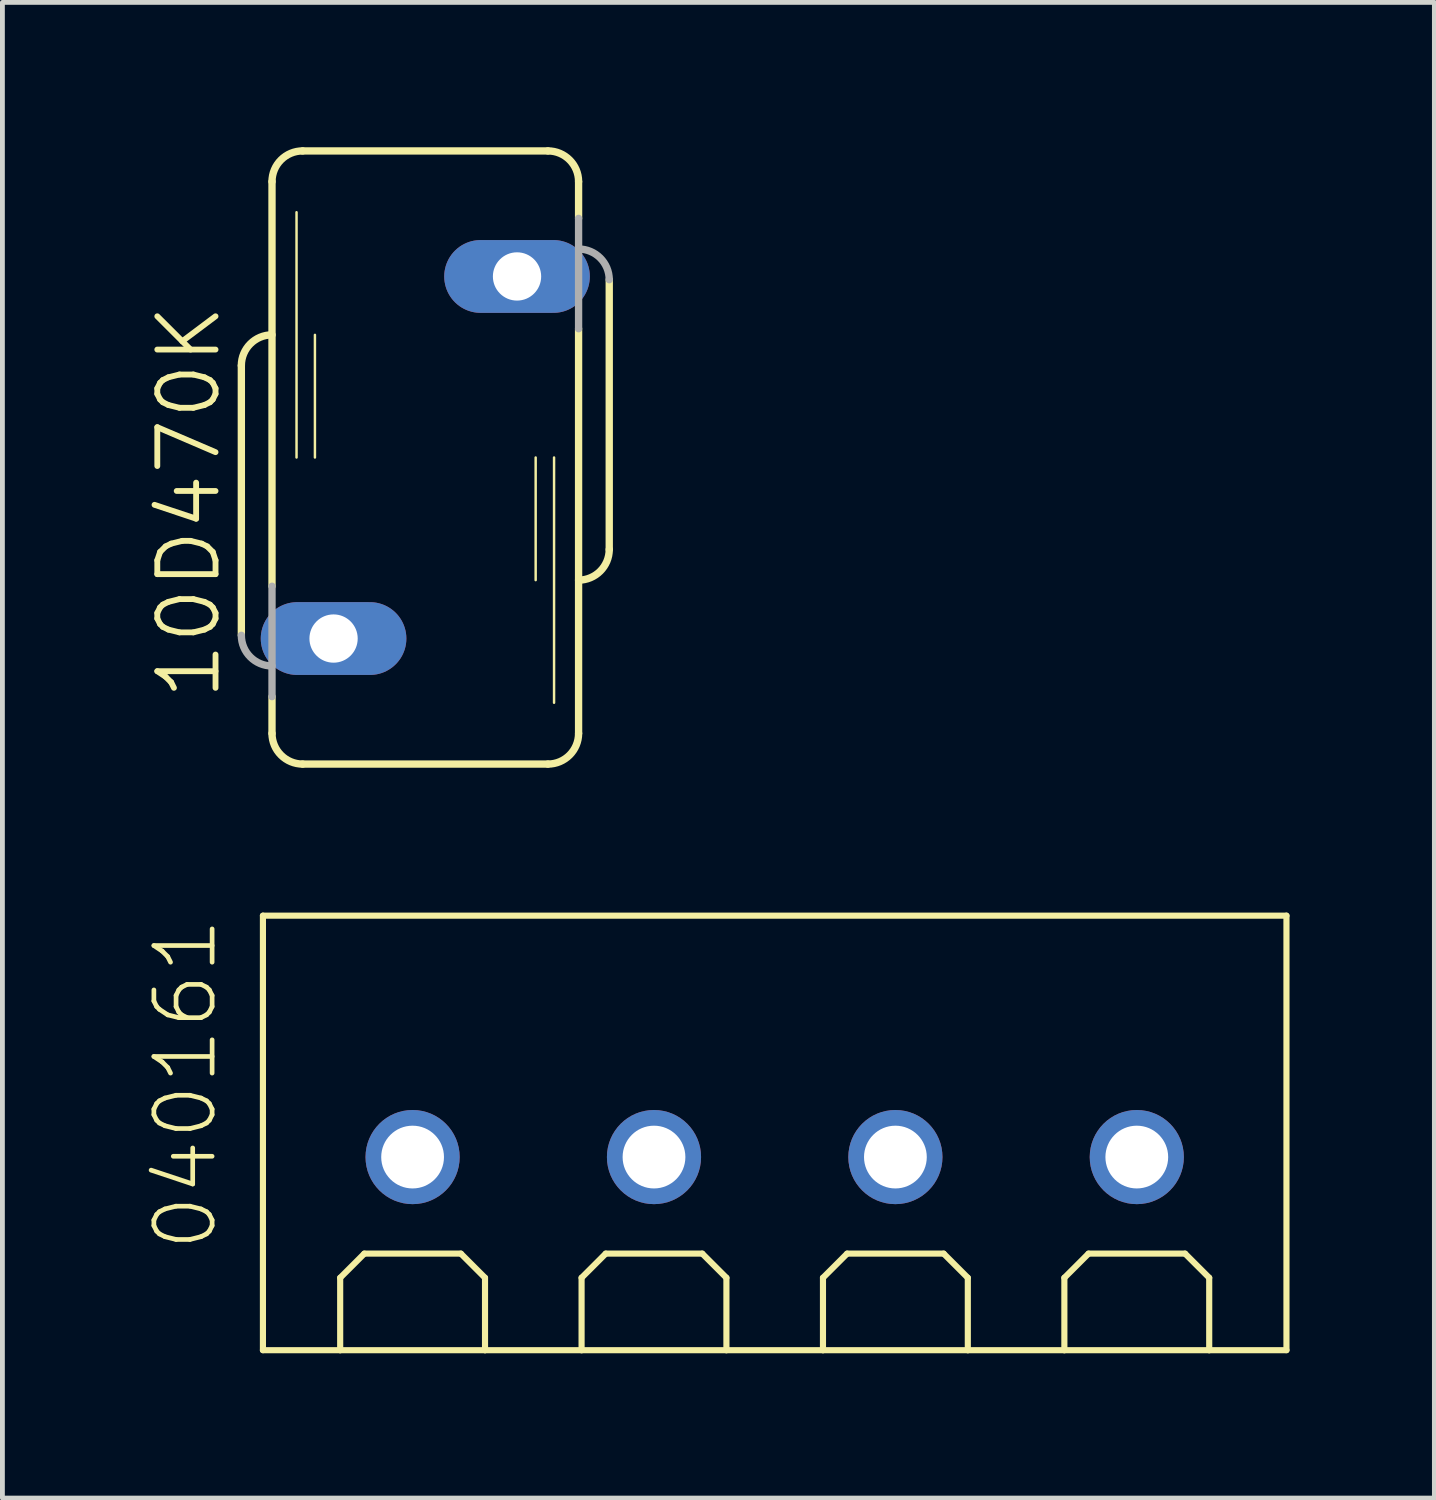
<source format=kicad_pcb>
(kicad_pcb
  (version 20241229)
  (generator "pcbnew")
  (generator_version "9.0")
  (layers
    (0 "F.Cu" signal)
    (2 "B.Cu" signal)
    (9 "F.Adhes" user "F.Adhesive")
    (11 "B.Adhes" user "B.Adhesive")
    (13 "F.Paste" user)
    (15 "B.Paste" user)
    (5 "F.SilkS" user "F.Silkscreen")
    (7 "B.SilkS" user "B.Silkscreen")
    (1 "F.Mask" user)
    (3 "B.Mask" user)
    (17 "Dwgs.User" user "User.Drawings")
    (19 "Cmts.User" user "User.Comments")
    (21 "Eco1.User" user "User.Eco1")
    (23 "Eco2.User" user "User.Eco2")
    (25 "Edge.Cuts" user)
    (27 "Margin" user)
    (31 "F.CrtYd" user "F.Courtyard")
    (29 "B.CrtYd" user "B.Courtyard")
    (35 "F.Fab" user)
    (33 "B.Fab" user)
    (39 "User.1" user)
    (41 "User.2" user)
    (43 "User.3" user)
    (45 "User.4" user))
  (footprint "040161"
    (layer "F.Cu")
    (at 12.996 20.916)
    (property "Reference" "040161" (at -11.5 2 90) (layer "F.SilkS") (effects (font (size 1.206 1.206) (thickness 0.097)) (justify left bottom)))
    (attr through_hole)
    (fp_line (start -10.6 -5) (end -10.6 4) (stroke (width 0.127) (type solid)) (layer "F.SilkS"))
    (fp_line (start -10.6 4) (end -9 4) (stroke (width 0.127) (type solid)) (layer "F.SilkS"))
    (fp_line (start -9 2.5) (end -8.5 2) (stroke (width 0.127) (type solid)) (layer "F.SilkS"))
    (fp_line (start -9 4) (end -9 2.5) (stroke (width 0.127) (type solid)) (layer "F.SilkS"))
    (fp_line (start -9 4) (end -6 4) (stroke (width 0.127) (type solid)) (layer "F.SilkS"))
    (fp_line (start -8.5 2) (end -6.5 2) (stroke (width 0.127) (type solid)) (layer "F.SilkS"))
    (fp_line (start -6.5 2) (end -6 2.5) (stroke (width 0.127) (type solid)) (layer "F.SilkS"))
    (fp_line (start -6 2.5) (end -6 4) (stroke (width 0.127) (type solid)) (layer "F.SilkS"))
    (fp_line (start -6 4) (end -4 4) (stroke (width 0.127) (type solid)) (layer "F.SilkS"))
    (fp_line (start -4 2.5) (end -3.5 2) (stroke (width 0.127) (type solid)) (layer "F.SilkS"))
    (fp_line (start -4 4) (end -4 2.5) (stroke (width 0.127) (type solid)) (layer "F.SilkS"))
    (fp_line (start -4 4) (end -1 4) (stroke (width 0.127) (type solid)) (layer "F.SilkS"))
    (fp_line (start -3.5 2) (end -1.5 2) (stroke (width 0.127) (type solid)) (layer "F.SilkS"))
    (fp_line (start -1.5 2) (end -1 2.5) (stroke (width 0.127) (type solid)) (layer "F.SilkS"))
    (fp_line (start -1 2.5) (end -1 4) (stroke (width 0.127) (type solid)) (layer "F.SilkS"))
    (fp_line (start -1 4) (end 1 4) (stroke (width 0.127) (type solid)) (layer "F.SilkS"))
    (fp_line (start 1 2.5) (end 1.5 2) (stroke (width 0.127) (type solid)) (layer "F.SilkS"))
    (fp_line (start 1 4) (end 1 2.5) (stroke (width 0.127) (type solid)) (layer "F.SilkS"))
    (fp_line (start 1 4) (end 4 4) (stroke (width 0.127) (type solid)) (layer "F.SilkS"))
    (fp_line (start 1.5 2) (end 3.5 2) (stroke (width 0.127) (type solid)) (layer "F.SilkS"))
    (fp_line (start 3.5 2) (end 4 2.5) (stroke (width 0.127) (type solid)) (layer "F.SilkS"))
    (fp_line (start 4 2.5) (end 4 4) (stroke (width 0.127) (type solid)) (layer "F.SilkS"))
    (fp_line (start 4 4) (end 6 4) (stroke (width 0.127) (type solid)) (layer "F.SilkS"))
    (fp_line (start 6 2.5) (end 6.5 2) (stroke (width 0.127) (type solid)) (layer "F.SilkS"))
    (fp_line (start 6 4) (end 6 2.5) (stroke (width 0.127) (type solid)) (layer "F.SilkS"))
    (fp_line (start 6 4) (end 9 4) (stroke (width 0.127) (type solid)) (layer "F.SilkS"))
    (fp_line (start 6.5 2) (end 8.5 2) (stroke (width 0.127) (type solid)) (layer "F.SilkS"))
    (fp_line (start 8.5 2) (end 9 2.5) (stroke (width 0.127) (type solid)) (layer "F.SilkS"))
    (fp_line (start 9 2.5) (end 9 4) (stroke (width 0.127) (type solid)) (layer "F.SilkS"))
    (fp_line (start 9 4) (end 10.6 4) (stroke (width 0.127) (type solid)) (layer "F.SilkS"))
    (fp_line (start 10.6 -5) (end -10.6 -5) (stroke (width 0.127) (type solid)) (layer "F.SilkS"))
    (fp_line (start 10.6 4) (end 10.6 -5) (stroke (width 0.127) (type solid)) (layer "F.SilkS"))
    (pad "1" thru_hole circle (at -7.5 0) (size 1.95 1.95) (drill 1.3) (layers "*.Cu" "*.Mask"))
    (pad "2" thru_hole circle (at -2.5 0) (size 1.95 1.95) (drill 1.3) (layers "*.Cu" "*.Mask"))
    (pad "3" thru_hole circle (at 2.5 0) (size 1.95 1.95) (drill 1.3) (layers "*.Cu" "*.Mask"))
    (pad "4" thru_hole circle (at 7.5 0) (size 1.95 1.95) (drill 1.3) (layers "*.Cu" "*.Mask")))
  (footprint "10D470K"
    (layer "F.Cu")
    (at 5.759 6.426)
    (property "Reference" "10D470K" (at -4.191 5.08 90) (layer "F.SilkS") (effects (font (size 1.206 1.206) (thickness 0.121)) (justify left bottom)))
    (attr through_hole)
    (fp_line (start -3.81 -1.905) (end -3.81 3.683) (stroke (width 0.152) (type solid)) (layer "F.SilkS"))
    (fp_line (start -3.175 2.667) (end -3.175 -5.715) (stroke (width 0.152) (type solid)) (layer "F.SilkS"))
    (fp_line (start -3.175 5.715) (end -3.175 4.953) (stroke (width 0.152) (type solid)) (layer "F.SilkS"))
    (fp_line (start -2.667 0) (end -2.667 -5.08) (stroke (width 0.051) (type solid)) (layer "F.SilkS"))
    (fp_line (start -2.54 -6.35) (end 2.54 -6.35) (stroke (width 0.152) (type solid)) (layer "F.SilkS"))
    (fp_line (start -2.54 6.35) (end 2.54 6.35) (stroke (width 0.152) (type solid)) (layer "F.SilkS"))
    (fp_line (start -2.286 0) (end -2.286 -2.54) (stroke (width 0.051) (type solid)) (layer "F.SilkS"))
    (fp_line (start 2.286 2.54) (end 2.286 0) (stroke (width 0.051) (type solid)) (layer "F.SilkS"))
    (fp_line (start 2.667 5.08) (end 2.667 0) (stroke (width 0.051) (type solid)) (layer "F.SilkS"))
    (fp_line (start 3.175 -4.953) (end 3.175 -5.715) (stroke (width 0.152) (type solid)) (layer "F.SilkS"))
    (fp_line (start 3.175 5.715) (end 3.175 -2.667) (stroke (width 0.152) (type solid)) (layer "F.SilkS"))
    (fp_line (start 3.81 1.905) (end 3.81 -3.683) (stroke (width 0.152) (type solid)) (layer "F.SilkS"))
    (fp_arc (start -3.81 -1.905) (mid -3.624013 -2.354013) (end -3.175 -2.54) (stroke (width 0.1524) (type solid)) (layer "F.SilkS"))
    (fp_arc (start -3.175 -5.715) (mid -2.989013 -6.164013) (end -2.54 -6.35) (stroke (width 0.1524) (type solid)) (layer "F.SilkS"))
    (fp_arc (start -2.54 6.35) (mid -2.989013 6.164013) (end -3.175 5.715) (stroke (width 0.1524) (type solid)) (layer "F.SilkS"))
    (fp_arc (start 2.54 -6.35) (mid 2.989013 -6.164013) (end 3.175 -5.715) (stroke (width 0.1524) (type solid)) (layer "F.SilkS"))
    (fp_arc (start 3.175 5.715) (mid 2.989013 6.164013) (end 2.54 6.35) (stroke (width 0.1524) (type solid)) (layer "F.SilkS"))
    (fp_arc (start 3.81 1.905) (mid 3.624013 2.354013) (end 3.175 2.54) (stroke (width 0.1524) (type solid)) (layer "F.SilkS"))
    (fp_line (start -3.175 2.667) (end -3.175 4.953) (stroke (width 0.152) (type solid)) (layer "F.Fab"))
    (fp_line (start 3.175 -2.667) (end 3.175 -4.953) (stroke (width 0.152) (type solid)) (layer "F.Fab"))
    (fp_arc (start -3.175 4.318) (mid -3.624013 4.132013) (end -3.81 3.683) (stroke (width 0.1524) (type solid)) (layer "F.Fab"))
    (fp_arc (start 3.175 -4.318) (mid 3.624013 -4.132013) (end 3.81 -3.683) (stroke (width 0.1524) (type solid)) (layer "F.Fab"))
    (pad "1" thru_hole oval (at -1.9 3.75) (size 3.016 1.508) (drill 1) (layers "*.Cu" "*.Mask"))
    (pad "2" thru_hole oval (at 1.9 -3.75) (size 3.016 1.508) (drill 1) (layers "*.Cu" "*.Mask")))
  (gr_rect
    (start -3 -3)
    (end 26.66 27.979)
    (stroke (width 0.1) (type default))
    (fill no)
    (layer "Edge.Cuts")))
</source>
